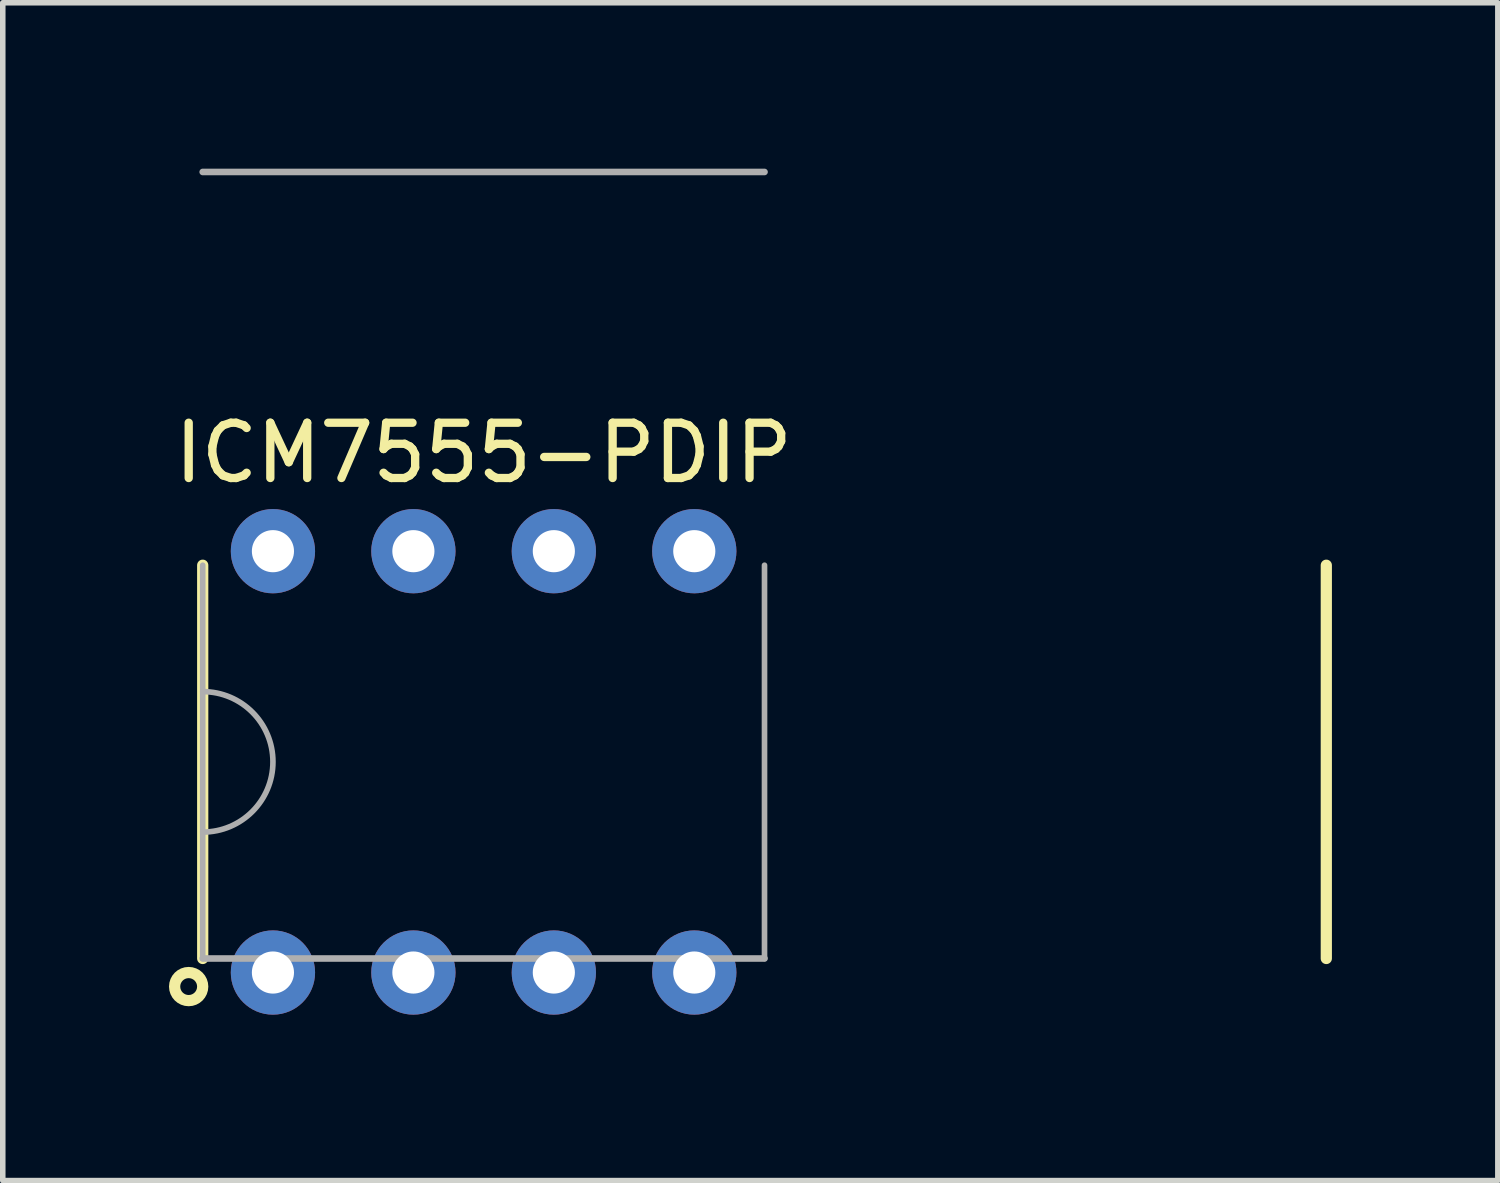
<source format=kicad_pcb>
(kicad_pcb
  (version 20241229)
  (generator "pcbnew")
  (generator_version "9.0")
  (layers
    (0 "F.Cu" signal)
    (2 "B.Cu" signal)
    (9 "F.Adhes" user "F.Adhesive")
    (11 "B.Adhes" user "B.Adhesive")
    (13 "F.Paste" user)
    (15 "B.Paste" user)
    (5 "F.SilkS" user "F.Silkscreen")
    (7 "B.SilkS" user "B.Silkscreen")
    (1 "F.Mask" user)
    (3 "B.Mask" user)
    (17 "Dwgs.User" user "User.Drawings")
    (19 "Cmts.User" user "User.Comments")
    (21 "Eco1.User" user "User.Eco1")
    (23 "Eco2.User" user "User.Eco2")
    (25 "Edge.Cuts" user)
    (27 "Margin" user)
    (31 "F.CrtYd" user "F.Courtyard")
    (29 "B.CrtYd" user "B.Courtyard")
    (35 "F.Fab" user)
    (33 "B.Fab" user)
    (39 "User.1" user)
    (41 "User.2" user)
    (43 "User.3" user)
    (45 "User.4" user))
  (footprint "ICM7555-PDIP"
    (layer "F.Cu")
    (at 5.696 10.728)
    (property "Reference" "ICM7555-PDIP" (at 0 -5.588 0) (layer "F.SilkS") (effects (font (size 1 1) (thickness 0.15))))
    (attr through_hole)
    (fp_line (start -5.08 3.556) (end -5.08 -3.556) (stroke (width 0.203) (type solid)) (layer "F.SilkS"))
    (fp_line (start 15.24 3.556) (end 15.24 -3.556) (stroke (width 0.203) (type solid)) (layer "F.SilkS"))
    (fp_circle (center -5.334 4.064) (end -5.08 4.064) (stroke (width 0.203) (type solid)) (fill no) (layer "F.SilkS"))
    (fp_line (start -5.08 -10.668) (end 5.08 -10.668) (stroke (width 0.12) (type solid)) (layer "F.Fab"))
    (fp_line (start -5.08 3.556) (end -5.08 -3.556) (stroke (width 0.102) (type solid)) (layer "F.Fab"))
    (fp_line (start -5.08 3.556) (end 5.08 3.556) (stroke (width 0.12) (type solid)) (layer "F.Fab"))
    (fp_line (start 5.08 3.556) (end 5.08 -3.556) (stroke (width 0.102) (type solid)) (layer "F.Fab"))
    (fp_arc (start -5.08 -1.27) (mid -3.81 0) (end -5.08 1.27) (stroke (width 0.1016) (type solid)) (layer "F.Fab"))
    (pad "1" thru_hole circle (at -3.81 3.81) (size 1.524 1.524) (drill 0.762) (layers "*.Cu" "*.Mask"))
    (pad "2" thru_hole circle (at -1.27 3.81) (size 1.524 1.524) (drill 0.762) (layers "*.Cu" "*.Mask"))
    (pad "3" thru_hole circle (at 1.27 3.81) (size 1.524 1.524) (drill 0.762) (layers "*.Cu" "*.Mask"))
    (pad "4" thru_hole circle (at 3.81 3.81) (size 1.524 1.524) (drill 0.762) (layers "*.Cu" "*.Mask"))
    (pad "5" thru_hole circle (at 3.81 -3.81) (size 1.524 1.524) (drill 0.762) (layers "*.Cu" "*.Mask"))
    (pad "6" thru_hole circle (at 1.27 -3.81) (size 1.524 1.524) (drill 0.762) (layers "*.Cu" "*.Mask"))
    (pad "7" thru_hole circle (at -1.27 -3.81) (size 1.524 1.524) (drill 0.762) (layers "*.Cu" "*.Mask"))
    (pad "8" thru_hole circle (at -3.81 -3.81) (size 1.524 1.524) (drill 0.762) (layers "*.Cu" "*.Mask")))
  (gr_rect
    (start -3 -3)
    (end 24.038 18.3)
    (stroke (width 0.1) (type default))
    (fill no)
    (layer "Edge.Cuts")))
</source>
